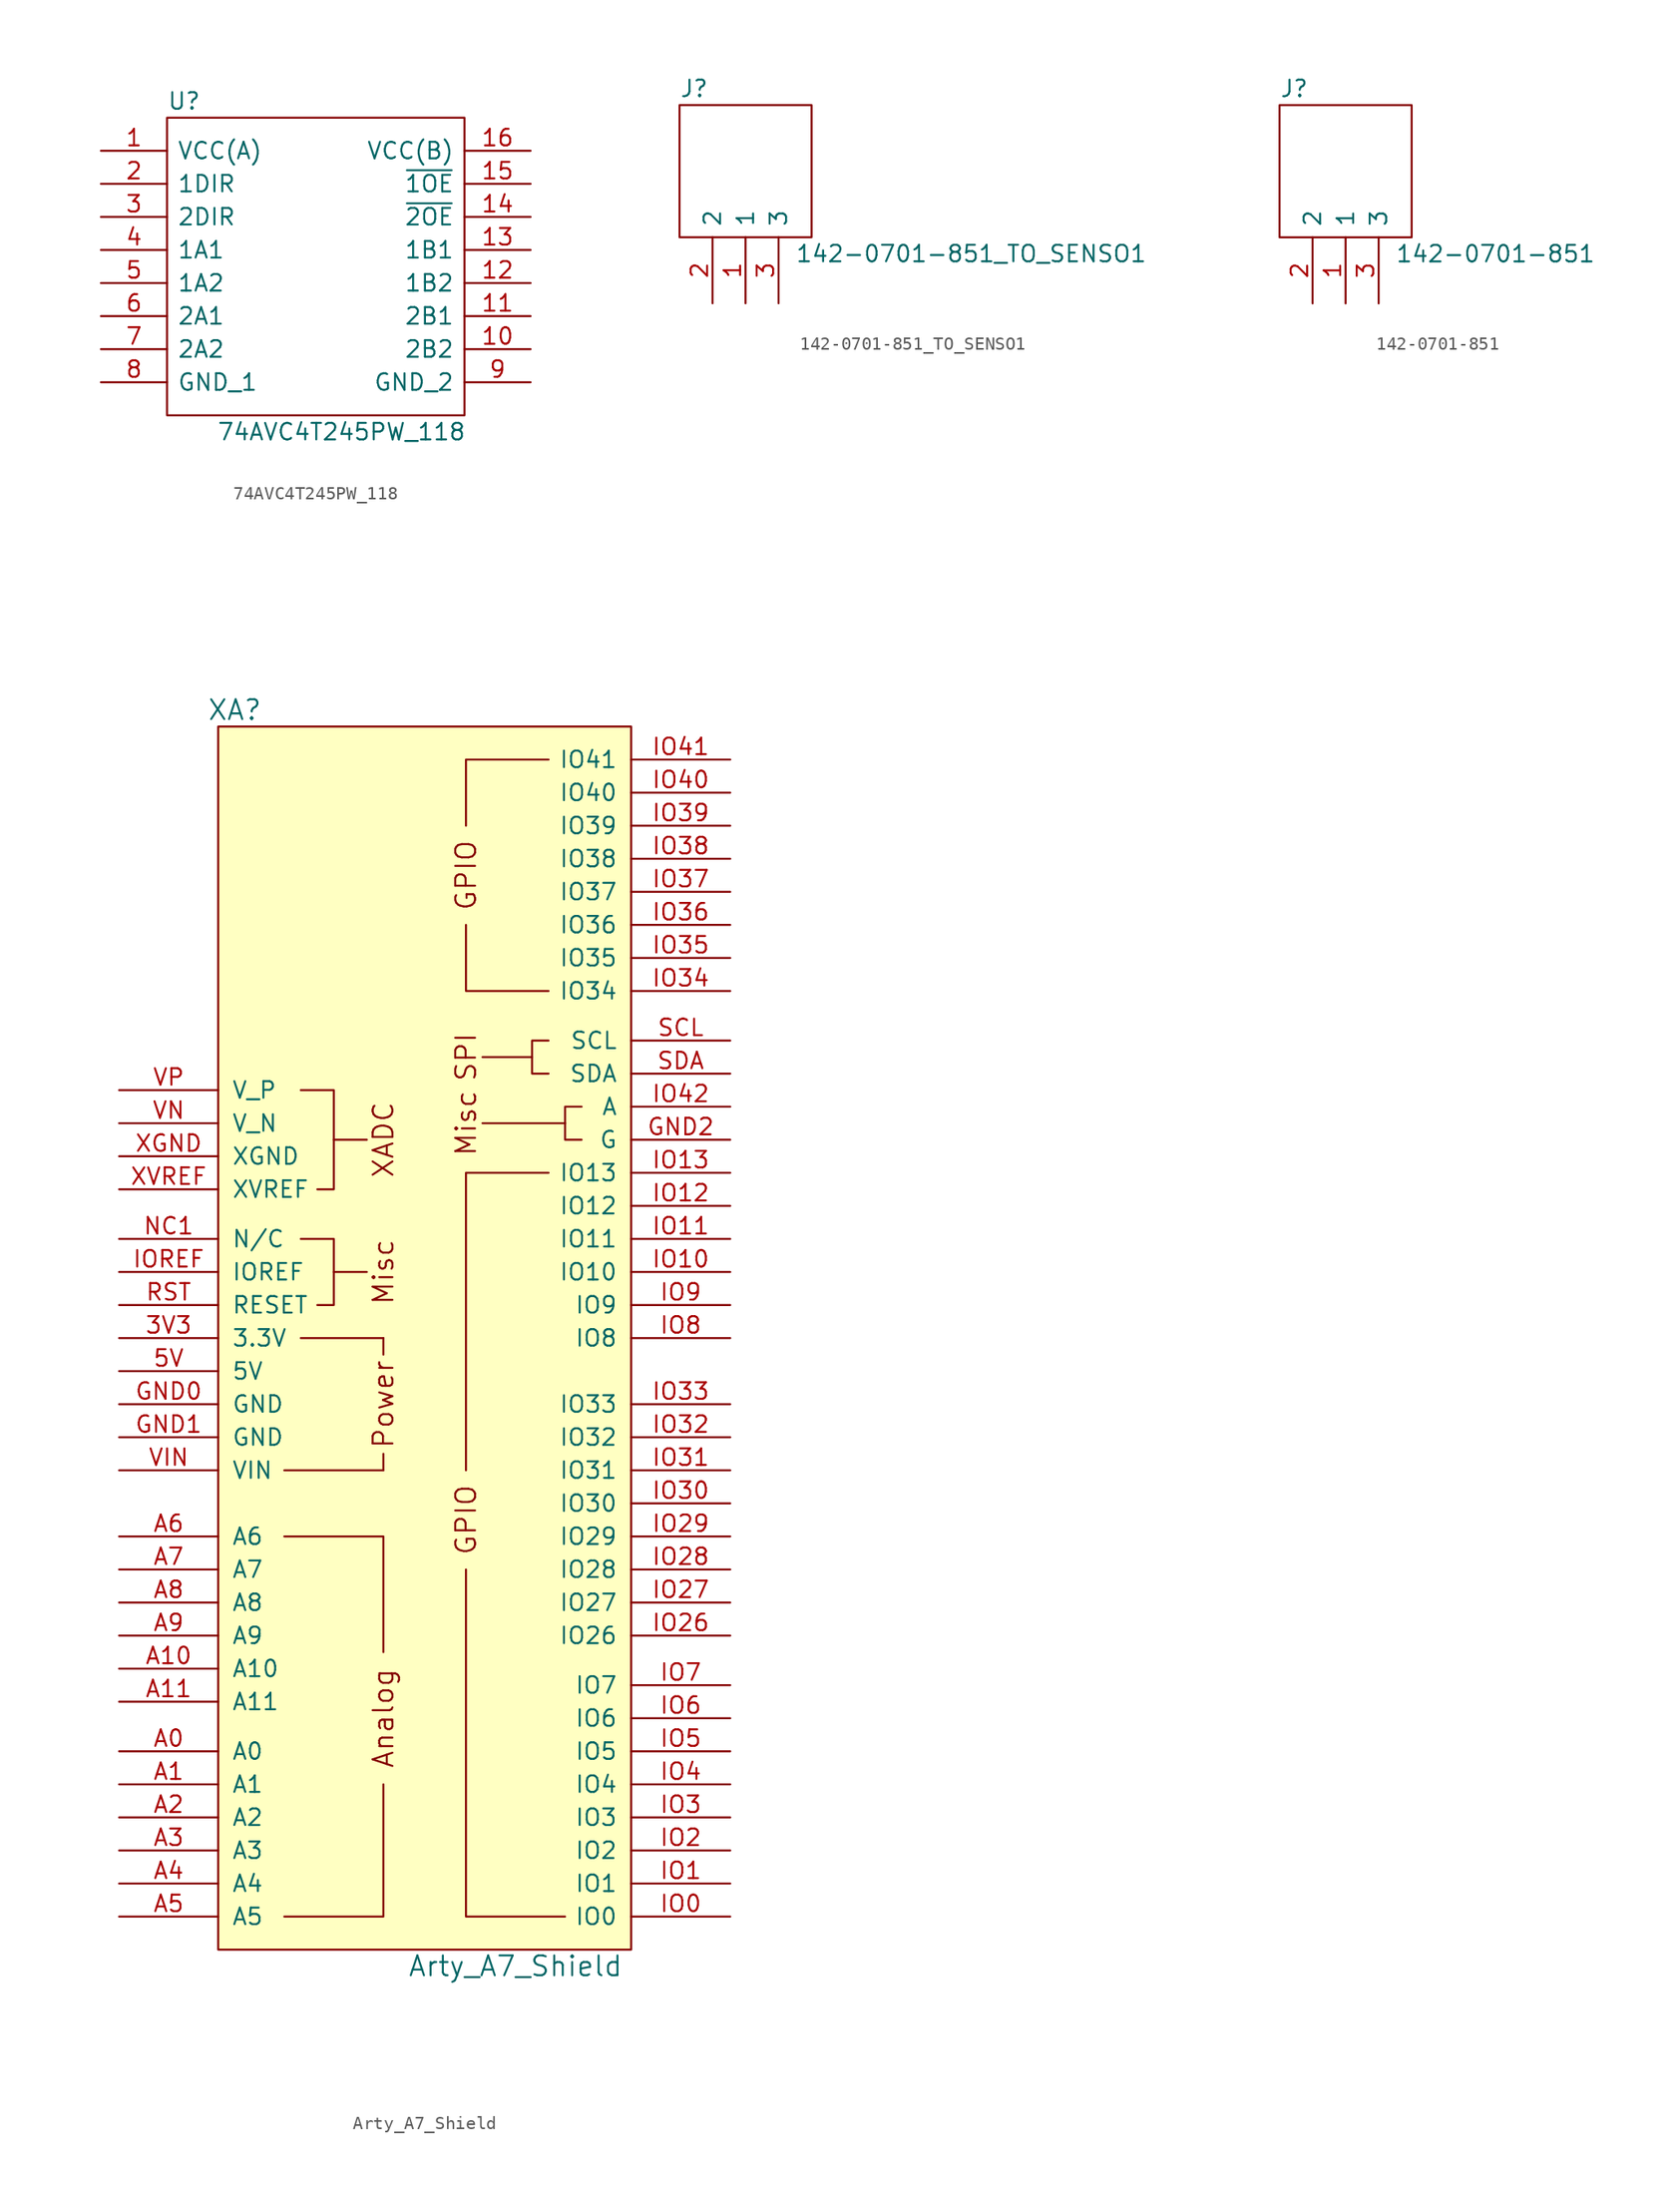
<source format=kicad_sym>
(kicad_symbol_lib
  (version 20211014)
  (generator kicad_symbol_editor)
  (symbol "74AVC4T245PW_118"
    (pin_names
      (offset 0.762))
    (property "Reference" "U"
      (at 5.08 3.81 0)
      (effects (font (size 1.27 1.27)) (justify left)))
    (property "Value" "74AVC4T245PW_118"
      (at 8.89 -21.59 0)
      (effects (font (size 1.27 1.27)) (justify left)))
    (symbol "74AVC4T245PW_118_0_0"
      (pin passive line (at 0 0 0) (length 5.08) (name "VCC(A)" (effects (font (size 1.27 1.27)))) (number "1" (effects (font (size 1.27 1.27)))))
      (pin bidirectional line (at 33.02 -15.24 180) (length 5.08) (name "2B2" (effects (font (size 1.27 1.27)))) (number "10" (effects (font (size 1.27 1.27)))))
      (pin bidirectional line (at 33.02 -12.7 180) (length 5.08) (name "2B1" (effects (font (size 1.27 1.27)))) (number "11" (effects (font (size 1.27 1.27)))))
      (pin bidirectional line (at 33.02 -10.16 180) (length 5.08) (name "1B2" (effects (font (size 1.27 1.27)))) (number "12" (effects (font (size 1.27 1.27)))))
      (pin bidirectional line (at 33.02 -7.62 180) (length 5.08) (name "1B1" (effects (font (size 1.27 1.27)))) (number "13" (effects (font (size 1.27 1.27)))))
      (pin input line (at 33.02 -5.08 180) (length 5.08) (name "~{2OE}" (effects (font (size 1.27 1.27)))) (number "14" (effects (font (size 1.27 1.27)))))
      (pin input line (at 33.02 -2.54 180) (length 5.08) (name "~{1OE}" (effects (font (size 1.27 1.27)))) (number "15" (effects (font (size 1.27 1.27)))))
      (pin passive line (at 33.02 0 180) (length 5.08) (name "VCC(B)" (effects (font (size 1.27 1.27)))) (number "16" (effects (font (size 1.27 1.27)))))
      (pin input line (at 0 -2.54 0) (length 5.08) (name "1DIR" (effects (font (size 1.27 1.27)))) (number "2" (effects (font (size 1.27 1.27)))))
      (pin input line (at 0 -5.08 0) (length 5.08) (name "2DIR" (effects (font (size 1.27 1.27)))) (number "3" (effects (font (size 1.27 1.27)))))
      (pin bidirectional line (at 0 -7.62 0) (length 5.08) (name "1A1" (effects (font (size 1.27 1.27)))) (number "4" (effects (font (size 1.27 1.27)))))
      (pin bidirectional line (at 0 -10.16 0) (length 5.08) (name "1A2" (effects (font (size 1.27 1.27)))) (number "5" (effects (font (size 1.27 1.27)))))
      (pin bidirectional line (at 0 -12.7 0) (length 5.08) (name "2A1" (effects (font (size 1.27 1.27)))) (number "6" (effects (font (size 1.27 1.27)))))
      (pin bidirectional line (at 0 -15.24 0) (length 5.08) (name "2A2" (effects (font (size 1.27 1.27)))) (number "7" (effects (font (size 1.27 1.27)))))
      (pin power_in line (at 0 -17.78 0) (length 5.08) (name "GND_1" (effects (font (size 1.27 1.27)))) (number "8" (effects (font (size 1.27 1.27)))))
      (pin power_in line (at 33.02 -17.78 180) (length 5.08) (name "GND_2" (effects (font (size 1.27 1.27)))) (number "9" (effects (font (size 1.27 1.27))))))
    (symbol "74AVC4T245PW_118_0_1"
      (polyline (pts (xy 5.08 2.54) (xy 27.94 2.54) (xy 27.94 -20.32) (xy 5.08 -20.32) (xy 5.08 2.54)) (stroke (width 0.152) (type default) (color 0 0 0 0)) (fill (type none)))))
  (symbol "142-0701-851_TO_SENSO1"
    (pin_names
      (offset 0.762))
    (property "Reference" "J"
      (at -2.54 16.51 0)
      (effects (font (size 1.27 1.27)) (justify left)))
    (property "Value" "142-0701-851_TO_SENSO1"
      (at 6.35 3.81 0)
      (effects (font (size 1.27 1.27)) (justify left)))
    (symbol "142-0701-851_TO_SENSO1_0_0"
      (pin passive line (at 2.54 0 90) (length 5.08) (name "1" (effects (font (size 1.27 1.27)))) (number "1" (effects (font (size 1.27 1.27)))))
      (pin passive line (at 0 0 90) (length 5.08) (name "2" (effects (font (size 1.27 1.27)))) (number "2" (effects (font (size 1.27 1.27)))))
      (pin passive line (at 5.08 0 90) (length 5.08) (name "3" (effects (font (size 1.27 1.27)))) (number "3" (effects (font (size 1.27 1.27))))))
    (symbol "142-0701-851_TO_SENSO1_0_1"
      (polyline (pts (xy -2.54 15.24) (xy 7.62 15.24) (xy 7.62 5.08) (xy -2.54 5.08) (xy -2.54 15.24)) (stroke (width 0.152) (type default) (color 0 0 0 0)) (fill (type none)))))
  (symbol "142-0701-851"
    (pin_names
      (offset 0.762))
    (property "Reference" "J"
      (at -2.54 16.51 0)
      (effects (font (size 1.27 1.27)) (justify left)))
    (property "Value" "142-0701-851"
      (at 6.35 3.81 0)
      (effects (font (size 1.27 1.27)) (justify left)))
    (symbol "142-0701-851_0_0"
      (pin passive line (at 2.54 0 90) (length 5.08) (name "1" (effects (font (size 1.27 1.27)))) (number "1" (effects (font (size 1.27 1.27)))))
      (pin passive line (at 0 0 90) (length 5.08) (name "2" (effects (font (size 1.27 1.27)))) (number "2" (effects (font (size 1.27 1.27)))))
      (pin passive line (at 5.08 0 90) (length 5.08) (name "3" (effects (font (size 1.27 1.27)))) (number "3" (effects (font (size 1.27 1.27))))))
    (symbol "142-0701-851_0_1"
      (polyline (pts (xy -2.54 15.24) (xy 7.62 15.24) (xy 7.62 5.08) (xy -2.54 5.08) (xy -2.54 15.24)) (stroke (width 0.152) (type default) (color 0 0 0 0)) (fill (type none)))))
  (symbol "Arty_A7_Shield"
    (pin_names
      (offset 1.016))
    (property "Reference" "XA"
      (at 8.89 92.71 0)
      (effects (font (size 1.524 1.524))))
    (property "Value" "Arty_A7_Shield"
      (at 30.48 -3.81 0)
      (effects (font (size 1.524 1.524))))
    (symbol "Arty_A7_Shield_0_0"
      (polyline (pts (xy 16.51 49.53) (xy 19.05 49.53)) (stroke (width 0) (type default) (color 0 0 0 0)) (fill (type none)))
      (polyline (pts (xy 16.51 59.69) (xy 19.05 59.69)) (stroke (width 0) (type default) (color 0 0 0 0)) (fill (type none)))
      (polyline (pts (xy 20.32 34.29) (xy 20.32 35.56)) (stroke (width 0) (type default) (color 0 0 0 0)) (fill (type none)))
      (polyline (pts (xy 20.32 44.45) (xy 20.32 43.18)) (stroke (width 0) (type default) (color 0 0 0 0)) (fill (type none)))
      (polyline (pts (xy 31.75 66.04) (xy 27.94 66.04)) (stroke (width 0) (type default) (color 0 0 0 0)) (fill (type none)))
      (polyline (pts (xy 34.29 60.96) (xy 27.94 60.96)) (stroke (width 0) (type default) (color 0 0 0 0)) (fill (type none)))
      (polyline (pts (xy 20.32 10.16) (xy 20.32 0) (xy 12.7 0)) (stroke (width 0) (type default) (color 0 0 0 0)) (fill (type none)))
      (polyline (pts (xy 20.32 20.32) (xy 20.32 29.21) (xy 12.7 29.21)) (stroke (width 0) (type default) (color 0 0 0 0)) (fill (type none)))
      (polyline (pts (xy 26.67 26.67) (xy 26.67 0) (xy 34.29 0)) (stroke (width 0) (type default) (color 0 0 0 0)) (fill (type none)))
      (polyline (pts (xy 26.67 34.29) (xy 26.67 57.15) (xy 33.02 57.15)) (stroke (width 0) (type default) (color 0 0 0 0)) (fill (type none)))
      (polyline (pts (xy 26.67 76.2) (xy 26.67 71.12) (xy 33.02 71.12)) (stroke (width 0) (type default) (color 0 0 0 0)) (fill (type none)))
      (polyline (pts (xy 26.67 83.82) (xy 26.67 88.9) (xy 33.02 88.9)) (stroke (width 0) (type default) (color 0 0 0 0)) (fill (type none)))
      (polyline (pts (xy 13.97 52.07) (xy 16.51 52.07) (xy 16.51 46.99) (xy 15.24 46.99)) (stroke (width 0) (type default) (color 0 0 0 0)) (fill (type none)))
      (polyline (pts (xy 13.97 63.5) (xy 16.51 63.5) (xy 16.51 55.88) (xy 15.24 55.88)) (stroke (width 0) (type default) (color 0 0 0 0)) (fill (type none)))
      (polyline (pts (xy 33.02 67.31) (xy 31.75 67.31) (xy 31.75 64.77) (xy 33.02 64.77)) (stroke (width 0) (type default) (color 0 0 0 0)) (fill (type none)))
      (polyline (pts (xy 35.56 62.23) (xy 34.29 62.23) (xy 34.29 59.69) (xy 35.56 59.69)) (stroke (width 0) (type default) (color 0 0 0 0)) (fill (type none)))
      (rectangle (start 7.62 91.44) (end 39.37 -2.54) (stroke (width 0) (type default) (color 0 0 0 0)) (fill (type background)))
      (rectangle (start 12.7 34.29) (end 20.32 34.29) (stroke (width 0) (type default) (color 0 0 0 0)) (fill (type none)))
      (rectangle (start 13.97 44.45) (end 20.32 44.45) (stroke (width 0) (type default) (color 0 0 0 0)) (fill (type none)))
      (text "Analog" (at 20.32 15.24 900) (effects (font (size 1.524 1.524))))
      (text "Misc" (at 20.32 49.53 900) (effects (font (size 1.524 1.524))))
      (text "Misc" (at 26.67 60.96 900) (effects (font (size 1.524 1.524))))
      (text "Power" (at 20.32 39.37 900) (effects (font (size 1.524 1.524))))
      (text "SPI" (at 26.67 66.04 900) (effects (font (size 1.524 1.524))))
      (text "XADC" (at 20.32 59.69 900) (effects (font (size 1.524 1.524))))
      (pin passive line (at 46.99 62.23 180) (length 7.62) (name "A" (effects (font (size 1.27 1.27)))) (number "IO42" (effects (font (size 1.27 1.27)))))
      (pin passive line (at 0 52.07 0) (length 7.62) (name "N/C" (effects (font (size 1.27 1.27)))) (number "NC1" (effects (font (size 1.27 1.27))))))
    (symbol "Arty_A7_Shield_1_0"
      (text "GPIO" (at 26.67 30.48 900) (effects (font (size 1.524 1.524))))
      (text "GPIO" (at 26.67 80.01 900) (effects (font (size 1.524 1.524)))))
    (symbol "Arty_A7_Shield_1_1"
      (pin passive line (at 0 44.45 0) (length 7.62) (name "3.3V" (effects (font (size 1.27 1.27)))) (number "3V3" (effects (font (size 1.27 1.27)))))
      (pin passive line (at 0 41.91 0) (length 7.62) (name "5V" (effects (font (size 1.27 1.27)))) (number "5V" (effects (font (size 1.27 1.27)))))
      (pin passive line (at 0 12.7 0) (length 7.62) (name "A0" (effects (font (size 1.27 1.27)))) (number "A0" (effects (font (size 1.27 1.27)))))
      (pin passive line (at 0 10.16 0) (length 7.62) (name "A1" (effects (font (size 1.27 1.27)))) (number "A1" (effects (font (size 1.27 1.27)))))
      (pin passive line (at 0 19.05 0) (length 7.62) (name "A10" (effects (font (size 1.27 1.27)))) (number "A10" (effects (font (size 1.27 1.27)))))
      (pin passive line (at 0 16.51 0) (length 7.62) (name "A11" (effects (font (size 1.27 1.27)))) (number "A11" (effects (font (size 1.27 1.27)))))
      (pin passive line (at 0 7.62 0) (length 7.62) (name "A2" (effects (font (size 1.27 1.27)))) (number "A2" (effects (font (size 1.27 1.27)))))
      (pin passive line (at 0 5.08 0) (length 7.62) (name "A3" (effects (font (size 1.27 1.27)))) (number "A3" (effects (font (size 1.27 1.27)))))
      (pin passive line (at 0 2.54 0) (length 7.62) (name "A4" (effects (font (size 1.27 1.27)))) (number "A4" (effects (font (size 1.27 1.27)))))
      (pin passive line (at 0 0 0) (length 7.62) (name "A5" (effects (font (size 1.27 1.27)))) (number "A5" (effects (font (size 1.27 1.27)))))
      (pin passive line (at 0 29.21 0) (length 7.62) (name "A6" (effects (font (size 1.27 1.27)))) (number "A6" (effects (font (size 1.27 1.27)))))
      (pin passive line (at 0 26.67 0) (length 7.62) (name "A7" (effects (font (size 1.27 1.27)))) (number "A7" (effects (font (size 1.27 1.27)))))
      (pin passive line (at 0 24.13 0) (length 7.62) (name "A8" (effects (font (size 1.27 1.27)))) (number "A8" (effects (font (size 1.27 1.27)))))
      (pin passive line (at 0 21.59 0) (length 7.62) (name "A9" (effects (font (size 1.27 1.27)))) (number "A9" (effects (font (size 1.27 1.27)))))
      (pin passive line (at 0 39.37 0) (length 7.62) (name "GND" (effects (font (size 1.27 1.27)))) (number "GND0" (effects (font (size 1.27 1.27)))))
      (pin passive line (at 0 36.83 0) (length 7.62) (name "GND" (effects (font (size 1.27 1.27)))) (number "GND1" (effects (font (size 1.27 1.27)))))
      (pin passive line (at 46.99 59.69 180) (length 7.62) (name "G" (effects (font (size 1.27 1.27)))) (number "GND2" (effects (font (size 1.27 1.27)))))
      (pin passive line (at 46.99 0 180) (length 7.62) (name "IO0" (effects (font (size 1.27 1.27)))) (number "IO0" (effects (font (size 1.27 1.27)))))
      (pin passive line (at 46.99 2.54 180) (length 7.62) (name "IO1" (effects (font (size 1.27 1.27)))) (number "IO1" (effects (font (size 1.27 1.27)))))
      (pin passive line (at 46.99 49.53 180) (length 7.62) (name "IO10" (effects (font (size 1.27 1.27)))) (number "IO10" (effects (font (size 1.27 1.27)))))
      (pin passive line (at 46.99 52.07 180) (length 7.62) (name "IO11" (effects (font (size 1.27 1.27)))) (number "IO11" (effects (font (size 1.27 1.27)))))
      (pin passive line (at 46.99 54.61 180) (length 7.62) (name "IO12" (effects (font (size 1.27 1.27)))) (number "IO12" (effects (font (size 1.27 1.27)))))
      (pin passive line (at 46.99 57.15 180) (length 7.62) (name "IO13" (effects (font (size 1.27 1.27)))) (number "IO13" (effects (font (size 1.27 1.27)))))
      (pin passive line (at 46.99 5.08 180) (length 7.62) (name "IO2" (effects (font (size 1.27 1.27)))) (number "IO2" (effects (font (size 1.27 1.27)))))
      (pin passive line (at 46.99 21.59 180) (length 7.62) (name "IO26" (effects (font (size 1.27 1.27)))) (number "IO26" (effects (font (size 1.27 1.27)))))
      (pin passive line (at 46.99 24.13 180) (length 7.62) (name "IO27" (effects (font (size 1.27 1.27)))) (number "IO27" (effects (font (size 1.27 1.27)))))
      (pin passive line (at 46.99 26.67 180) (length 7.62) (name "IO28" (effects (font (size 1.27 1.27)))) (number "IO28" (effects (font (size 1.27 1.27)))))
      (pin passive line (at 46.99 29.21 180) (length 7.62) (name "IO29" (effects (font (size 1.27 1.27)))) (number "IO29" (effects (font (size 1.27 1.27)))))
      (pin passive line (at 46.99 7.62 180) (length 7.62) (name "IO3" (effects (font (size 1.27 1.27)))) (number "IO3" (effects (font (size 1.27 1.27)))))
      (pin passive line (at 46.99 31.75 180) (length 7.62) (name "IO30" (effects (font (size 1.27 1.27)))) (number "IO30" (effects (font (size 1.27 1.27)))))
      (pin passive line (at 46.99 34.29 180) (length 7.62) (name "IO31" (effects (font (size 1.27 1.27)))) (number "IO31" (effects (font (size 1.27 1.27)))))
      (pin passive line (at 46.99 36.83 180) (length 7.62) (name "IO32" (effects (font (size 1.27 1.27)))) (number "IO32" (effects (font (size 1.27 1.27)))))
      (pin passive line (at 46.99 39.37 180) (length 7.62) (name "IO33" (effects (font (size 1.27 1.27)))) (number "IO33" (effects (font (size 1.27 1.27)))))
      (pin passive line (at 46.99 71.12 180) (length 7.62) (name "IO34" (effects (font (size 1.27 1.27)))) (number "IO34" (effects (font (size 1.27 1.27)))))
      (pin passive line (at 46.99 73.66 180) (length 7.62) (name "IO35" (effects (font (size 1.27 1.27)))) (number "IO35" (effects (font (size 1.27 1.27)))))
      (pin passive line (at 46.99 76.2 180) (length 7.62) (name "IO36" (effects (font (size 1.27 1.27)))) (number "IO36" (effects (font (size 1.27 1.27)))))
      (pin passive line (at 46.99 78.74 180) (length 7.62) (name "IO37" (effects (font (size 1.27 1.27)))) (number "IO37" (effects (font (size 1.27 1.27)))))
      (pin passive line (at 46.99 81.28 180) (length 7.62) (name "IO38" (effects (font (size 1.27 1.27)))) (number "IO38" (effects (font (size 1.27 1.27)))))
      (pin passive line (at 46.99 83.82 180) (length 7.62) (name "IO39" (effects (font (size 1.27 1.27)))) (number "IO39" (effects (font (size 1.27 1.27)))))
      (pin passive line (at 46.99 10.16 180) (length 7.62) (name "IO4" (effects (font (size 1.27 1.27)))) (number "IO4" (effects (font (size 1.27 1.27)))))
      (pin passive line (at 46.99 86.36 180) (length 7.62) (name "IO40" (effects (font (size 1.27 1.27)))) (number "IO40" (effects (font (size 1.27 1.27)))))
      (pin passive line (at 46.99 88.9 180) (length 7.62) (name "IO41" (effects (font (size 1.27 1.27)))) (number "IO41" (effects (font (size 1.27 1.27)))))
      (pin passive line (at 46.99 12.7 180) (length 7.62) (name "IO5" (effects (font (size 1.27 1.27)))) (number "IO5" (effects (font (size 1.27 1.27)))))
      (pin passive line (at 46.99 15.24 180) (length 7.62) (name "IO6" (effects (font (size 1.27 1.27)))) (number "IO6" (effects (font (size 1.27 1.27)))))
      (pin passive line (at 46.99 17.78 180) (length 7.62) (name "IO7" (effects (font (size 1.27 1.27)))) (number "IO7" (effects (font (size 1.27 1.27)))))
      (pin passive line (at 46.99 44.45 180) (length 7.62) (name "IO8" (effects (font (size 1.27 1.27)))) (number "IO8" (effects (font (size 1.27 1.27)))))
      (pin passive line (at 46.99 46.99 180) (length 7.62) (name "IO9" (effects (font (size 1.27 1.27)))) (number "IO9" (effects (font (size 1.27 1.27)))))
      (pin passive line (at 0 49.53 0) (length 7.62) (name "IOREF" (effects (font (size 1.27 1.27)))) (number "IOREF" (effects (font (size 1.27 1.27)))))
      (pin passive line (at 0 46.99 0) (length 7.62) (name "RESET" (effects (font (size 1.27 1.27)))) (number "RST" (effects (font (size 1.27 1.27)))))
      (pin passive line (at 46.99 67.31 180) (length 7.62) (name "SCL" (effects (font (size 1.27 1.27)))) (number "SCL" (effects (font (size 1.27 1.27)))))
      (pin passive line (at 46.99 64.77 180) (length 7.62) (name "SDA" (effects (font (size 1.27 1.27)))) (number "SDA" (effects (font (size 1.27 1.27)))))
      (pin passive line (at 0 34.29 0) (length 7.62) (name "VIN" (effects (font (size 1.27 1.27)))) (number "VIN" (effects (font (size 1.27 1.27)))))
      (pin passive line (at 0 60.96 0) (length 7.62) (name "V_N" (effects (font (size 1.27 1.27)))) (number "VN" (effects (font (size 1.27 1.27)))))
      (pin passive line (at 0 63.5 0) (length 7.62) (name "V_P" (effects (font (size 1.27 1.27)))) (number "VP" (effects (font (size 1.27 1.27)))))
      (pin passive line (at 0 58.42 0) (length 7.62) (name "XGND" (effects (font (size 1.27 1.27)))) (number "XGND" (effects (font (size 1.27 1.27)))))
      (pin passive line (at 0 55.88 0) (length 7.62) (name "XVREF" (effects (font (size 1.27 1.27)))) (number "XVREF" (effects (font (size 1.27 1.27))))))))
</source>
